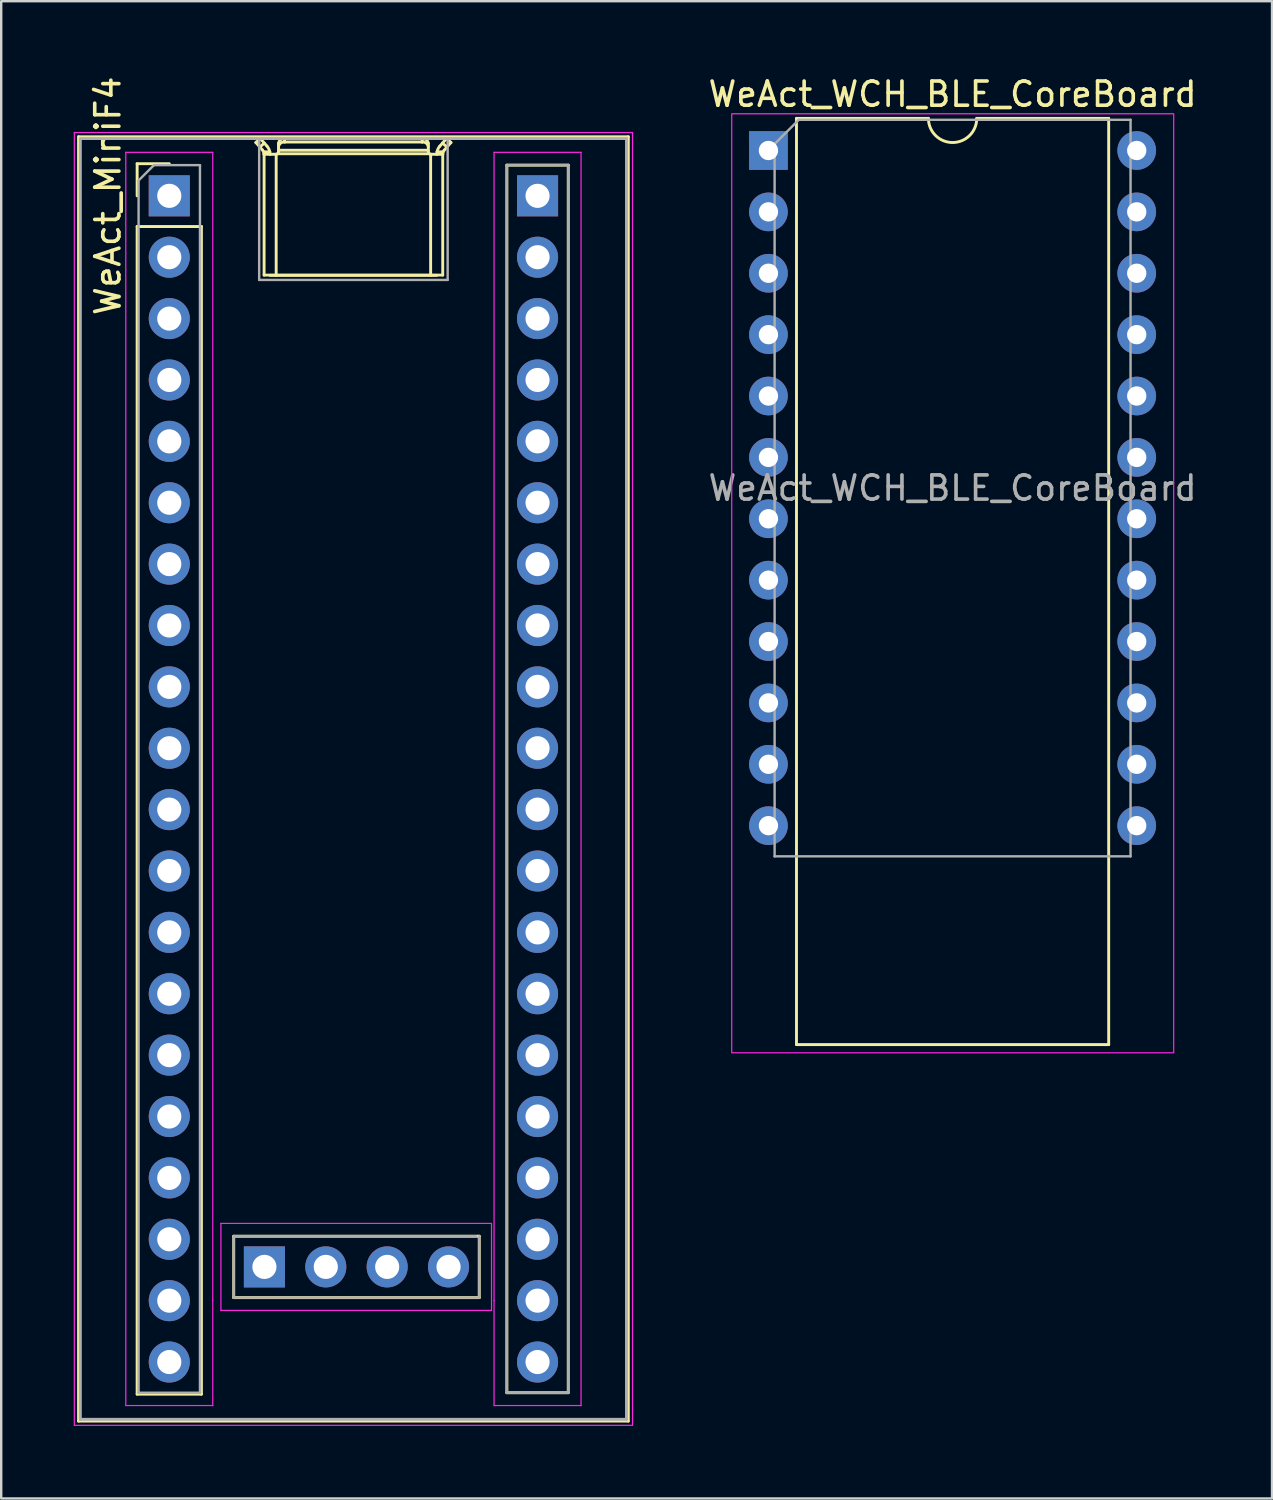
<source format=kicad_pcb>
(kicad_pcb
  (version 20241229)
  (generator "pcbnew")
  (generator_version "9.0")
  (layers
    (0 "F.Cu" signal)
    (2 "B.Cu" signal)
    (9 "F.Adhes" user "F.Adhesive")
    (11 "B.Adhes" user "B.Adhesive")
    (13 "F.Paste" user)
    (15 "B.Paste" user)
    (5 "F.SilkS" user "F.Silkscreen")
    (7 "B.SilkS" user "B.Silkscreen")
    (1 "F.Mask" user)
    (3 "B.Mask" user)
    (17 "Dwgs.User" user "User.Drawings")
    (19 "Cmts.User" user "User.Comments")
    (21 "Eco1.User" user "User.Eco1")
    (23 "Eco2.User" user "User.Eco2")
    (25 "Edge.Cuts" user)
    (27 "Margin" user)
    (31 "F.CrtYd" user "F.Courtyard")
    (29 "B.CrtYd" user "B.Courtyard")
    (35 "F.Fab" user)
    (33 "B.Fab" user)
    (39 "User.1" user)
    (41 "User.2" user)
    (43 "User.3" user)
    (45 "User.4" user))
  (footprint "WeAct_WCH_BLE_CoreBoard"
    (layer "F.Cu")
    (at 28.75 3.178)
    (property "Reference" "WeAct_WCH_BLE_CoreBoard" (at 7.62 -2.33 0) (layer "F.SilkS") (effects (font (size 1 1) (thickness 0.15))))
    (attr through_hole)
    (fp_line (start 1.16 -1.33) (end 1.16 37) (stroke (width 0.12) (type solid)) (layer "F.SilkS"))
    (fp_line (start 1.16 37) (end 14.08 37) (stroke (width 0.12) (type solid)) (layer "F.SilkS"))
    (fp_line (start 6.62 -1.33) (end 1.16 -1.33) (stroke (width 0.12) (type solid)) (layer "F.SilkS"))
    (fp_line (start 14.08 -1.33) (end 8.62 -1.33) (stroke (width 0.12) (type solid)) (layer "F.SilkS"))
    (fp_line (start 14.08 37) (end 14.08 -1.33) (stroke (width 0.12) (type solid)) (layer "F.SilkS"))
    (fp_arc (start 8.62 -1.33) (mid 7.62 -0.33) (end 6.62 -1.33) (stroke (width 0.12) (type solid)) (layer "F.SilkS"))
    (fp_rect (start -1.52 -1.52) (end 16.77 37.34) (stroke (width 0.05) (type default)) (fill no) (layer "F.CrtYd"))
    (fp_line (start 0.255 -0.27) (end 1.255 -1.27) (stroke (width 0.1) (type solid)) (layer "F.Fab"))
    (fp_line (start 0.255 29.21) (end 0.255 -0.27) (stroke (width 0.1) (type solid)) (layer "F.Fab"))
    (fp_line (start 1.255 -1.27) (end 14.985 -1.27) (stroke (width 0.1) (type solid)) (layer "F.Fab"))
    (fp_line (start 14.985 -1.27) (end 14.985 29.21) (stroke (width 0.1) (type solid)) (layer "F.Fab"))
    (fp_line (start 14.985 29.21) (end 0.255 29.21) (stroke (width 0.1) (type solid)) (layer "F.Fab"))
    (fp_text user "${REFERENCE}" (at 7.62 13.97 0) (layer "F.Fab") (effects (font (size 1 1) (thickness 0.15))))
    (pad "1" thru_hole rect (at 0 0) (size 1.6 1.6) (drill 0.8) (layers "*.Cu" "*.Mask"))
    (pad "2" thru_hole oval (at 0 2.54) (size 1.6 1.6) (drill 0.8) (layers "*.Cu" "*.Mask"))
    (pad "3" thru_hole oval (at 0 5.08) (size 1.6 1.6) (drill 0.8) (layers "*.Cu" "*.Mask"))
    (pad "4" thru_hole oval (at 0 7.62) (size 1.6 1.6) (drill 0.8) (layers "*.Cu" "*.Mask"))
    (pad "5" thru_hole oval (at 0 10.16) (size 1.6 1.6) (drill 0.8) (layers "*.Cu" "*.Mask"))
    (pad "6" thru_hole oval (at 0 12.7) (size 1.6 1.6) (drill 0.8) (layers "*.Cu" "*.Mask"))
    (pad "7" thru_hole oval (at 0 15.24) (size 1.6 1.6) (drill 0.8) (layers "*.Cu" "*.Mask"))
    (pad "8" thru_hole oval (at 0 17.78) (size 1.6 1.6) (drill 0.8) (layers "*.Cu" "*.Mask"))
    (pad "9" thru_hole oval (at 0 20.32) (size 1.6 1.6) (drill 0.8) (layers "*.Cu" "*.Mask"))
    (pad "10" thru_hole oval (at 0 22.86) (size 1.6 1.6) (drill 0.8) (layers "*.Cu" "*.Mask"))
    (pad "11" thru_hole oval (at 0 25.4) (size 1.6 1.6) (drill 0.8) (layers "*.Cu" "*.Mask"))
    (pad "12" thru_hole oval (at 0 27.94) (size 1.6 1.6) (drill 0.8) (layers "*.Cu" "*.Mask"))
    (pad "13" thru_hole oval (at 15.24 27.94) (size 1.6 1.6) (drill 0.8) (layers "*.Cu" "*.Mask"))
    (pad "14" thru_hole oval (at 15.24 25.4) (size 1.6 1.6) (drill 0.8) (layers "*.Cu" "*.Mask"))
    (pad "15" thru_hole oval (at 15.24 22.86) (size 1.6 1.6) (drill 0.8) (layers "*.Cu" "*.Mask"))
    (pad "16" thru_hole oval (at 15.24 20.32) (size 1.6 1.6) (drill 0.8) (layers "*.Cu" "*.Mask"))
    (pad "17" thru_hole oval (at 15.24 17.78) (size 1.6 1.6) (drill 0.8) (layers "*.Cu" "*.Mask"))
    (pad "18" thru_hole oval (at 15.24 15.24) (size 1.6 1.6) (drill 0.8) (layers "*.Cu" "*.Mask"))
    (pad "19" thru_hole oval (at 15.24 12.7) (size 1.6 1.6) (drill 0.8) (layers "*.Cu" "*.Mask"))
    (pad "20" thru_hole oval (at 15.24 10.16) (size 1.6 1.6) (drill 0.8) (layers "*.Cu" "*.Mask"))
    (pad "21" thru_hole oval (at 15.24 7.62) (size 1.6 1.6) (drill 0.8) (layers "*.Cu" "*.Mask"))
    (pad "22" thru_hole oval (at 15.24 5.08) (size 1.6 1.6) (drill 0.8) (layers "*.Cu" "*.Mask"))
    (pad "23" thru_hole oval (at 15.24 2.54) (size 1.6 1.6) (drill 0.8) (layers "*.Cu" "*.Mask"))
    (pad "24" thru_hole oval (at 15.24 0) (size 1.6 1.6) (drill 0.8) (layers "*.Cu" "*.Mask")))
  (footprint "WeAct_MiniF4"
    (layer "F.Cu")
    (at 3.955 5.054)
    (property "Reference" "WeAct_MiniF4" (at -2.54 0 90) (layer "F.SilkS") (effects (font (size 1 1) (thickness 0.15))))
    (attr through_hole)
    (fp_line (start -3.755 -2.445) (end 18.995 -2.445) (stroke (width 0.12) (type solid)) (layer "F.SilkS"))
    (fp_line (start -3.755 50.705) (end -3.755 -2.445) (stroke (width 0.12) (type solid)) (layer "F.SilkS"))
    (fp_line (start -1.33 -1.33) (end 0 -1.33) (stroke (width 0.12) (type solid)) (layer "F.SilkS"))
    (fp_line (start -1.33 0) (end -1.33 -1.33) (stroke (width 0.12) (type solid)) (layer "F.SilkS"))
    (fp_line (start -1.33 1.27) (end 1.33 1.27) (stroke (width 0.12) (type solid)) (layer "F.SilkS"))
    (fp_line (start -1.33 49.59) (end -1.33 1.27) (stroke (width 0.12) (type solid)) (layer "F.SilkS"))
    (fp_line (start 1.33 1.27) (end 1.33 49.59) (stroke (width 0.12) (type solid)) (layer "F.SilkS"))
    (fp_line (start 1.33 49.59) (end -1.33 49.59) (stroke (width 0.12) (type solid)) (layer "F.SilkS"))
    (fp_line (start 2.667 43.053) (end 12.827 43.053) (stroke (width 0.12) (type solid)) (layer "F.SilkS"))
    (fp_line (start 2.667 45.593) (end 2.667 43.053) (stroke (width 0.12) (type solid)) (layer "F.SilkS"))
    (fp_line (start 3.583 -2.207) (end 3.861 -1.891) (stroke (width 0.12) (type solid)) (layer "F.SilkS"))
    (fp_line (start 3.748 -2.02) (end 3.933 -2.182) (stroke (width 0.12) (type solid)) (layer "F.SilkS"))
    (fp_line (start 3.767 -2.37) (end 3.583 -2.207) (stroke (width 0.12) (type solid)) (layer "F.SilkS"))
    (fp_line (start 3.924 -1.728) (end 3.929 -1.72) (stroke (width 0.12) (type solid)) (layer "F.SilkS"))
    (fp_line (start 3.924 -1.726) (end 3.924 -1.728) (stroke (width 0.12) (type solid)) (layer "F.SilkS"))
    (fp_line (start 3.924 -1.726) (end 3.924 3.28) (stroke (width 0.12) (type solid)) (layer "F.SilkS"))
    (fp_line (start 3.929 -1.72) (end 3.93 -1.72) (stroke (width 0.12) (type solid)) (layer "F.SilkS"))
    (fp_line (start 3.93 -1.72) (end 4.42 -1.72) (stroke (width 0.12) (type solid)) (layer "F.SilkS"))
    (fp_line (start 4.045 -2.055) (end 3.767 -2.37) (stroke (width 0.12) (type solid)) (layer "F.SilkS"))
    (fp_line (start 4.161 -1.82) (end 3.905 -1.82) (stroke (width 0.12) (type solid)) (layer "F.SilkS"))
    (fp_line (start 4.17 -1.72) (end 4.17 -1.724) (stroke (width 0.12) (type solid)) (layer "F.SilkS"))
    (fp_line (start 4.42 -1.72) (end 4.424 -1.72) (stroke (width 0.12) (type solid)) (layer "F.SilkS"))
    (fp_line (start 4.424 -1.72) (end 4.424 3.29) (stroke (width 0.12) (type solid)) (layer "F.SilkS"))
    (fp_line (start 4.52 -2.165) (end 4.52 -1.82) (stroke (width 0.12) (type solid)) (layer "F.SilkS"))
    (fp_line (start 4.52 -1.885) (end 10.72 -1.885) (stroke (width 0.12) (type solid)) (layer "F.SilkS"))
    (fp_line (start 4.77 -2.227) (end 4.77 -2.37) (stroke (width 0.12) (type solid)) (layer "F.SilkS"))
    (fp_line (start 10.47 -2.37) (end 4.77 -2.37) (stroke (width 0.12) (type solid)) (layer "F.SilkS"))
    (fp_line (start 10.47 -2.227) (end 4.77 -2.227) (stroke (width 0.12) (type solid)) (layer "F.SilkS"))
    (fp_line (start 10.47 -2.227) (end 10.47 -2.37) (stroke (width 0.12) (type solid)) (layer "F.SilkS"))
    (fp_line (start 10.72 -2.165) (end 10.72 -1.82) (stroke (width 0.12) (type solid)) (layer "F.SilkS"))
    (fp_line (start 10.758 -1.741) (end 4.482 -1.741) (stroke (width 0.12) (type solid)) (layer "F.SilkS"))
    (fp_line (start 10.816 -1.72) (end 10.816 3.29) (stroke (width 0.12) (type solid)) (layer "F.SilkS"))
    (fp_line (start 10.82 -1.72) (end 10.816 -1.72) (stroke (width 0.12) (type solid)) (layer "F.SilkS"))
    (fp_line (start 11.07 -1.72) (end 11.07 -1.724) (stroke (width 0.12) (type solid)) (layer "F.SilkS"))
    (fp_line (start 11.07 3.29) (end 4.17 3.29) (stroke (width 0.12) (type solid)) (layer "F.SilkS"))
    (fp_line (start 11.079 -1.82) (end 11.335 -1.82) (stroke (width 0.12) (type solid)) (layer "F.SilkS"))
    (fp_line (start 11.195 -2.055) (end 11.473 -2.37) (stroke (width 0.12) (type solid)) (layer "F.SilkS"))
    (fp_line (start 11.31 -1.72) (end 10.82 -1.72) (stroke (width 0.12) (type solid)) (layer "F.SilkS"))
    (fp_line (start 11.311 -1.72) (end 11.31 -1.72) (stroke (width 0.12) (type solid)) (layer "F.SilkS"))
    (fp_line (start 11.316 -1.726) (end 11.316 3.28) (stroke (width 0.12) (type solid)) (layer "F.SilkS"))
    (fp_line (start 11.316 -1.726) (end 11.316 -1.728) (stroke (width 0.12) (type solid)) (layer "F.SilkS"))
    (fp_line (start 11.316 3.28) (end 3.924 3.28) (stroke (width 0.12) (type solid)) (layer "F.SilkS"))
    (fp_line (start 11.316 -1.728) (end 11.311 -1.72) (stroke (width 0.12) (type solid)) (layer "F.SilkS"))
    (fp_line (start 11.473 -2.37) (end 11.657 -2.207) (stroke (width 0.12) (type solid)) (layer "F.SilkS"))
    (fp_line (start 11.492 -2.02) (end 11.307 -2.182) (stroke (width 0.12) (type solid)) (layer "F.SilkS"))
    (fp_line (start 11.657 -2.207) (end 11.379 -1.891) (stroke (width 0.12) (type solid)) (layer "F.SilkS"))
    (fp_line (start 12.827 43.053) (end 12.827 45.593) (stroke (width 0.12) (type solid)) (layer "F.SilkS"))
    (fp_line (start 12.827 45.593) (end 2.667 45.593) (stroke (width 0.12) (type solid)) (layer "F.SilkS"))
    (fp_line (start 13.97 -1.27) (end 16.51 -1.27) (stroke (width 0.12) (type solid)) (layer "F.SilkS"))
    (fp_line (start 13.97 49.53) (end 13.97 -1.27) (stroke (width 0.12) (type solid)) (layer "F.SilkS"))
    (fp_line (start 16.51 -1.27) (end 16.51 49.53) (stroke (width 0.12) (type solid)) (layer "F.SilkS"))
    (fp_line (start 16.51 49.53) (end 13.97 49.53) (stroke (width 0.12) (type solid)) (layer "F.SilkS"))
    (fp_line (start 18.995 -2.445) (end 18.995 50.705) (stroke (width 0.12) (type solid)) (layer "F.SilkS"))
    (fp_line (start 18.995 50.705) (end -3.755 50.705) (stroke (width 0.12) (type solid)) (layer "F.SilkS"))
    (fp_arc (start 3.861166 -1.890847) (mid 3.906942 -1.815275) (end 3.923572 -1.7285) (stroke (width 0.12) (type solid)) (layer "F.SilkS"))
    (fp_arc (start 4.045142 -2.054759) (mid 4.137736 -1.900883) (end 4.169988 -1.724215) (stroke (width 0.12) (type solid)) (layer "F.SilkS"))
    (fp_arc (start 4.519999 -2.165212) (mid 4.603178 -2.318661) (end 4.77 -2.37) (stroke (width 0.12) (type solid)) (layer "F.SilkS"))
    (fp_arc (start 4.52 -2.021818) (mid 4.603179 -2.175266) (end 4.77 -2.226605) (stroke (width 0.12) (type solid)) (layer "F.SilkS"))
    (fp_arc (start 4.52 -1.819999) (mid 4.491968 -1.750569) (end 4.423589 -1.720064) (stroke (width 0.12) (type solid)) (layer "F.SilkS"))
    (fp_arc (start 10.47 -2.369999) (mid 10.636821 -2.318659) (end 10.719999 -2.165211) (stroke (width 0.12) (type solid)) (layer "F.SilkS"))
    (fp_arc (start 10.47 -2.226605) (mid 10.636821 -2.175265) (end 10.719999 -2.021817) (stroke (width 0.12) (type solid)) (layer "F.SilkS"))
    (fp_arc (start 10.81641 -1.720063) (mid 10.74803 -1.750569) (end 10.719999 -1.82) (stroke (width 0.12) (type solid)) (layer "F.SilkS"))
    (fp_arc (start 11.070011 -1.724215) (mid 11.102263 -1.900883) (end 11.194857 -2.054759) (stroke (width 0.12) (type solid)) (layer "F.SilkS"))
    (fp_arc (start 11.316427 -1.7285) (mid 11.333056 -1.815276) (end 11.378833 -1.890847) (stroke (width 0.12) (type solid)) (layer "F.SilkS"))
    (fp_line (start -3.93 -2.62) (end 19.17 -2.62) (stroke (width 0.05) (type solid)) (layer "F.CrtYd"))
    (fp_line (start -3.93 50.88) (end -3.93 -2.62) (stroke (width 0.05) (type solid)) (layer "F.CrtYd"))
    (fp_line (start -1.8 -1.8) (end -1.8 50.06) (stroke (width 0.05) (type solid)) (layer "F.CrtYd"))
    (fp_line (start -1.8 50.06) (end 1.8 50.06) (stroke (width 0.05) (type solid)) (layer "F.CrtYd"))
    (fp_line (start 1.8 -1.8) (end -1.8 -1.8) (stroke (width 0.05) (type solid)) (layer "F.CrtYd"))
    (fp_line (start 1.8 -1.8) (end 1.8 45.72) (stroke (width 0.05) (type solid)) (layer "F.CrtYd"))
    (fp_line (start 1.8 45.72) (end 1.8 50.06) (stroke (width 0.05) (type solid)) (layer "F.CrtYd"))
    (fp_line (start 2.137 42.523) (end 13.335 42.523) (stroke (width 0.05) (type solid)) (layer "F.CrtYd"))
    (fp_line (start 2.137 46.123) (end 2.137 42.523) (stroke (width 0.05) (type solid)) (layer "F.CrtYd"))
    (fp_line (start 2.137 46.123) (end 13.335 46.123) (stroke (width 0.05) (type solid)) (layer "F.CrtYd"))
    (fp_line (start 13.335 42.545) (end 13.335 46.123) (stroke (width 0.05) (type solid)) (layer "F.CrtYd"))
    (fp_line (start 13.44 -1.8) (end 13.44 45.72) (stroke (width 0.05) (type solid)) (layer "F.CrtYd"))
    (fp_line (start 13.44 -1.8) (end 17.04 -1.8) (stroke (width 0.05) (type solid)) (layer "F.CrtYd"))
    (fp_line (start 13.44 45.72) (end 13.44 50.06) (stroke (width 0.05) (type solid)) (layer "F.CrtYd"))
    (fp_line (start 17.04 -1.8) (end 17.04 50.06) (stroke (width 0.05) (type solid)) (layer "F.CrtYd"))
    (fp_line (start 17.04 50.06) (end 13.44 50.06) (stroke (width 0.05) (type solid)) (layer "F.CrtYd"))
    (fp_line (start 19.17 -2.62) (end 19.17 50.88) (stroke (width 0.05) (type solid)) (layer "F.CrtYd"))
    (fp_line (start 19.17 50.88) (end -3.93 50.88) (stroke (width 0.05) (type solid)) (layer "F.CrtYd"))
    (fp_line (start -3.68 -2.37) (end 18.92 -2.37) (stroke (width 0.12) (type solid)) (layer "F.Fab"))
    (fp_line (start -3.68 50.63) (end -3.68 -2.32) (stroke (width 0.12) (type solid)) (layer "F.Fab"))
    (fp_line (start -3.68 50.63) (end 18.92 50.63) (stroke (width 0.12) (type solid)) (layer "F.Fab"))
    (fp_line (start -1.27 -0.635) (end -0.635 -1.27) (stroke (width 0.1) (type solid)) (layer "F.Fab"))
    (fp_line (start -1.27 49.53) (end -1.27 -0.635) (stroke (width 0.1) (type solid)) (layer "F.Fab"))
    (fp_line (start -0.635 -1.27) (end 1.27 -1.27) (stroke (width 0.1) (type solid)) (layer "F.Fab"))
    (fp_line (start 1.27 -1.27) (end 1.27 49.53) (stroke (width 0.1) (type solid)) (layer "F.Fab"))
    (fp_line (start 1.27 49.53) (end -1.27 49.53) (stroke (width 0.1) (type solid)) (layer "F.Fab"))
    (fp_line (start 2.667 43.053) (end 12.7 43.053) (stroke (width 0.1) (type solid)) (layer "F.Fab"))
    (fp_line (start 2.667 45.593) (end 2.667 43.053) (stroke (width 0.1) (type solid)) (layer "F.Fab"))
    (fp_line (start 3.72 3.48) (end 3.72 -2.32) (stroke (width 0.1) (type solid)) (layer "F.Fab"))
    (fp_line (start 3.72 3.48) (end 11.52 3.48) (stroke (width 0.1) (type solid)) (layer "F.Fab"))
    (fp_line (start 11.52 3.48) (end 11.52 -2.32) (stroke (width 0.1) (type solid)) (layer "F.Fab"))
    (fp_line (start 12.827 43.053) (end 12.827 45.593) (stroke (width 0.1) (type solid)) (layer "F.Fab"))
    (fp_line (start 12.827 45.593) (end 2.667 45.593) (stroke (width 0.1) (type solid)) (layer "F.Fab"))
    (fp_line (start 13.97 -1.27) (end 16.51 -1.27) (stroke (width 0.1) (type solid)) (layer "F.Fab"))
    (fp_line (start 13.97 49.53) (end 13.97 -1.27) (stroke (width 0.1) (type solid)) (layer "F.Fab"))
    (fp_line (start 16.51 -1.27) (end 16.51 49.53) (stroke (width 0.1) (type solid)) (layer "F.Fab"))
    (fp_line (start 16.51 49.53) (end 13.97 49.53) (stroke (width 0.1) (type solid)) (layer "F.Fab"))
    (fp_line (start 18.92 -2.37) (end 18.92 50.63) (stroke (width 0.12) (type solid)) (layer "F.Fab"))
    (pad "1" thru_hole circle (at 15.24 48.26) (size 1.7 1.7) (drill 1) (layers "*.Cu" "*.Mask"))
    (pad "2" thru_hole circle (at 15.24 45.72) (size 1.7 1.7) (drill 1) (layers "*.Cu" "*.Mask"))
    (pad "3" thru_hole circle (at 15.24 43.18) (size 1.7 1.7) (drill 1) (layers "*.Cu" "*.Mask"))
    (pad "3V3" thru_hole rect (at 3.937 44.323 90) (size 1.7 1.7) (drill 1) (layers "*.Cu" "*.Mask"))
    (pad "4" thru_hole circle (at 15.24 40.64) (size 1.7 1.7) (drill 1) (layers "*.Cu" "*.Mask"))
    (pad "5V" thru_hole rect (at 15.24 0) (size 1.7 1.7) (drill 1) (layers "*.Cu" "*.Mask"))
    (pad "5V_5V" thru_hole circle (at 0 43.18) (size 1.7 1.7) (drill 1) (layers "*.Cu" "*.Mask"))
    (pad "7" thru_hole circle (at 15.24 38.1) (size 1.7 1.7) (drill 1) (layers "*.Cu" "*.Mask"))
    (pad "10" thru_hole circle (at 15.24 35.56) (size 1.7 1.7) (drill 1) (layers "*.Cu" "*.Mask"))
    (pad "11" thru_hole circle (at 15.24 33.02) (size 1.7 1.7) (drill 1) (layers "*.Cu" "*.Mask"))
    (pad "12" thru_hole circle (at 15.24 30.48) (size 1.7 1.7) (drill 1) (layers "*.Cu" "*.Mask"))
    (pad "13" thru_hole circle (at 15.24 27.94) (size 1.7 1.7) (drill 1) (layers "*.Cu" "*.Mask"))
    (pad "14" thru_hole circle (at 15.24 25.4) (size 1.7 1.7) (drill 1) (layers "*.Cu" "*.Mask"))
    (pad "15" thru_hole circle (at 15.24 22.86) (size 1.7 1.7) (drill 1) (layers "*.Cu" "*.Mask"))
    (pad "16" thru_hole circle (at 15.24 20.32) (size 1.7 1.7) (drill 1) (layers "*.Cu" "*.Mask"))
    (pad "17" thru_hole circle (at 15.24 17.78) (size 1.7 1.7) (drill 1) (layers "*.Cu" "*.Mask"))
    (pad "18" thru_hole circle (at 15.24 15.24) (size 1.7 1.7) (drill 1) (layers "*.Cu" "*.Mask"))
    (pad "19" thru_hole circle (at 15.24 12.7) (size 1.7 1.7) (drill 1) (layers "*.Cu" "*.Mask"))
    (pad "20" thru_hole circle (at 15.24 10.16) (size 1.7 1.7) (drill 1) (layers "*.Cu" "*.Mask"))
    (pad "21" thru_hole circle (at 15.24 7.62) (size 1.7 1.7) (drill 1) (layers "*.Cu" "*.Mask"))
    (pad "23" thru_hole circle (at 15.24 2.54) (size 1.7 1.7) (drill 1) (layers "*.Cu" "*.Mask"))
    (pad "24" thru_hole circle (at 15.24 5.08) (size 1.7 1.7) (drill 1) (layers "*.Cu" "*.Mask"))
    (pad "25" thru_hole rect (at 0 0) (size 1.7 1.7) (drill 1) (layers "*.Cu" "*.Mask"))
    (pad "26" thru_hole circle (at 0 2.54) (size 1.7 1.7) (drill 1) (layers "*.Cu" "*.Mask"))
    (pad "27" thru_hole circle (at 0 5.08) (size 1.7 1.7) (drill 1) (layers "*.Cu" "*.Mask"))
    (pad "28" thru_hole circle (at 0 7.62) (size 1.7 1.7) (drill 1) (layers "*.Cu" "*.Mask"))
    (pad "29" thru_hole circle (at 0 10.16) (size 1.7 1.7) (drill 1) (layers "*.Cu" "*.Mask"))
    (pad "30" thru_hole circle (at 0 12.7) (size 1.7 1.7) (drill 1) (layers "*.Cu" "*.Mask"))
    (pad "31" thru_hole circle (at 0 15.24) (size 1.7 1.7) (drill 1) (layers "*.Cu" "*.Mask"))
    (pad "32" thru_hole circle (at 0 17.78) (size 1.7 1.7) (drill 1) (layers "*.Cu" "*.Mask"))
    (pad "33" thru_hole circle (at 0 20.32) (size 1.7 1.7) (drill 1) (layers "*.Cu" "*.Mask"))
    (pad "34" thru_hole circle (at 6.477 44.323 90) (size 1.7 1.7) (drill 1) (layers "*.Cu" "*.Mask"))
    (pad "37" thru_hole circle (at 9.017 44.323 90) (size 1.7 1.7) (drill 1) (layers "*.Cu" "*.Mask"))
    (pad "38" thru_hole circle (at 0 22.86) (size 1.7 1.7) (drill 1) (layers "*.Cu" "*.Mask"))
    (pad "39" thru_hole circle (at 0 25.4) (size 1.7 1.7) (drill 1) (layers "*.Cu" "*.Mask"))
    (pad "40" thru_hole circle (at 0 27.94) (size 1.7 1.7) (drill 1) (layers "*.Cu" "*.Mask"))
    (pad "41" thru_hole circle (at 0 30.48) (size 1.7 1.7) (drill 1) (layers "*.Cu" "*.Mask"))
    (pad "42" thru_hole circle (at 0 33.02) (size 1.7 1.7) (drill 1) (layers "*.Cu" "*.Mask"))
    (pad "43" thru_hole circle (at 0 35.56) (size 1.7 1.7) (drill 1) (layers "*.Cu" "*.Mask"))
    (pad "45" thru_hole circle (at 0 38.1) (size 1.7 1.7) (drill 1) (layers "*.Cu" "*.Mask"))
    (pad "46" thru_hole circle (at 0 40.64) (size 1.7 1.7) (drill 1) (layers "*.Cu" "*.Mask"))
    (pad "47" thru_hole circle (at 0 45.72) (size 1.7 1.7) (drill 1) (layers "*.Cu" "*.Mask"))
    (pad "48" thru_hole circle (at 0 48.26) (size 1.7 1.7) (drill 1) (layers "*.Cu" "*.Mask"))
    (pad "GND" thru_hole circle (at 11.557 44.323 90) (size 1.7 1.7) (drill 1) (layers "*.Cu" "*.Mask")))
  (gr_rect
    (start -3 -3)
    (end 49.59 58.959)
    (stroke (width 0.1) (type default))
    (fill no)
    (layer "Edge.Cuts")))
</source>
